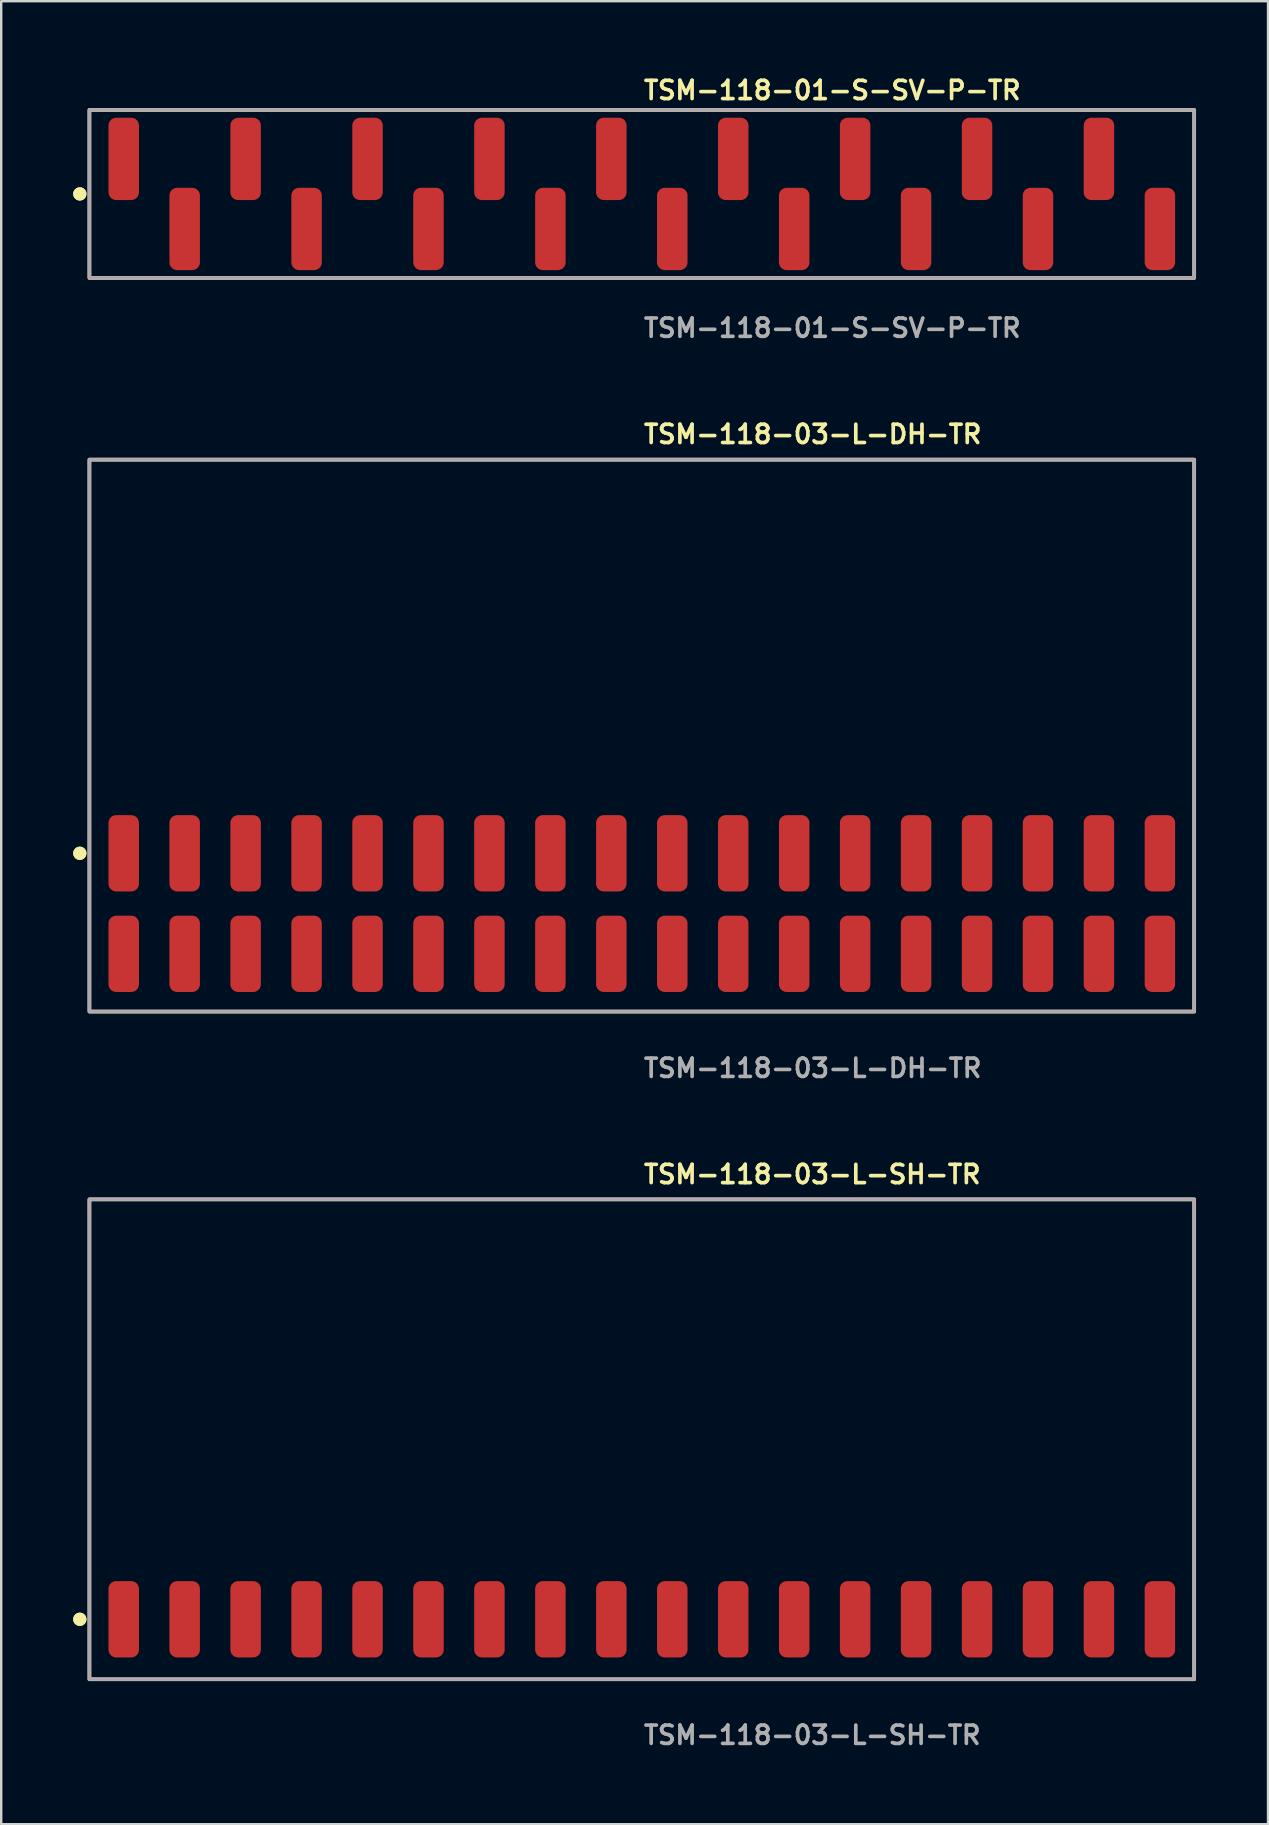
<source format=kicad_pcb>
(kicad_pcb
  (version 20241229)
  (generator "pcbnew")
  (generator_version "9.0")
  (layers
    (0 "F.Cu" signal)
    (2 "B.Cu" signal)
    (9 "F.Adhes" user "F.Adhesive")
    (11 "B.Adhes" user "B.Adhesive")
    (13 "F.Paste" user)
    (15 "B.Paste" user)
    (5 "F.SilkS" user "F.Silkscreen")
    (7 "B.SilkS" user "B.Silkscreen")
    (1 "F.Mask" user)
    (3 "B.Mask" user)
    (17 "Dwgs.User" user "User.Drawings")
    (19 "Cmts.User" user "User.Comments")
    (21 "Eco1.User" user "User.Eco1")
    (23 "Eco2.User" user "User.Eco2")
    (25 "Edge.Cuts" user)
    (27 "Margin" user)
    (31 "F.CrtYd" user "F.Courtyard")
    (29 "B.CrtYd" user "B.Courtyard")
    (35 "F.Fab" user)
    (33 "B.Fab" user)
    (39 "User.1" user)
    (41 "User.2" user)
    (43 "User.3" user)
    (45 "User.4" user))
  (footprint "TSM-118-03-L-DH-TR"
    (layer "F.Cu")
    (at 23.696 34.604)
    (property "Reference" "TSM-118-03-L-DH-TR" (at 0 -19.558 0) (unlocked yes) (layer "F.SilkS") (effects (font (size 0.762 0.762) (thickness 0.152)) (justify left)))
    (fp_rect (start -23.02 4.5) (end 23.02 -18.5) (stroke (width 0.152) (type solid)) (fill no) (layer "F.SilkS"))
    (fp_circle (center -23.42 -2.095) (end -23.62 -2.095) (stroke (width 0.152) (type solid)) (fill yes) (layer "F.SilkS"))
    (fp_circle (center -23.42 -2.095) (end -23.62 -2.095) (stroke (width 0.152) (type solid)) (fill yes) (layer "F.SilkS"))
    (fp_rect (start -23.02 4.5) (end 23.02 -18.5) (stroke (width 0.006) (type solid)) (fill no) (layer "F.CrtYd"))
    (fp_rect (start -23.02 4.5) (end 23.02 -18.5) (stroke (width 0.152) (type solid)) (fill no) (layer "F.Fab"))
    (fp_text user "${REFERENCE}" (at 0 6.858 0) (unlocked yes) (layer "F.Fab") (effects (font (size 0.762 0.762) (thickness 0.152)) (justify left)))
    (pad "1" smd roundrect (at -21.59 2.095) (size 1.27 3.18) (layers "F.Cu" "F.Paste") (roundrect_rratio 0.25))
    (pad "2" smd roundrect (at -21.59 -2.095) (size 1.27 3.18) (layers "F.Cu" "F.Paste") (roundrect_rratio 0.25))
    (pad "3" smd roundrect (at -19.05 2.095) (size 1.27 3.18) (layers "F.Cu" "F.Paste") (roundrect_rratio 0.25))
    (pad "4" smd roundrect (at -19.05 -2.095) (size 1.27 3.18) (layers "F.Cu" "F.Paste") (roundrect_rratio 0.25))
    (pad "5" smd roundrect (at -16.51 2.095) (size 1.27 3.18) (layers "F.Cu" "F.Paste") (roundrect_rratio 0.25))
    (pad "6" smd roundrect (at -16.51 -2.095) (size 1.27 3.18) (layers "F.Cu" "F.Paste") (roundrect_rratio 0.25))
    (pad "7" smd roundrect (at -13.97 2.095) (size 1.27 3.18) (layers "F.Cu" "F.Paste") (roundrect_rratio 0.25))
    (pad "8" smd roundrect (at -13.97 -2.095) (size 1.27 3.18) (layers "F.Cu" "F.Paste") (roundrect_rratio 0.25))
    (pad "9" smd roundrect (at -11.43 2.095) (size 1.27 3.18) (layers "F.Cu" "F.Paste") (roundrect_rratio 0.25))
    (pad "10" smd roundrect (at -11.43 -2.095) (size 1.27 3.18) (layers "F.Cu" "F.Paste") (roundrect_rratio 0.25))
    (pad "11" smd roundrect (at -8.89 2.095) (size 1.27 3.18) (layers "F.Cu" "F.Paste") (roundrect_rratio 0.25))
    (pad "12" smd roundrect (at -8.89 -2.095) (size 1.27 3.18) (layers "F.Cu" "F.Paste") (roundrect_rratio 0.25))
    (pad "13" smd roundrect (at -6.35 2.095) (size 1.27 3.18) (layers "F.Cu" "F.Paste") (roundrect_rratio 0.25))
    (pad "14" smd roundrect (at -6.35 -2.095) (size 1.27 3.18) (layers "F.Cu" "F.Paste") (roundrect_rratio 0.25))
    (pad "15" smd roundrect (at -3.81 2.095) (size 1.27 3.18) (layers "F.Cu" "F.Paste") (roundrect_rratio 0.25))
    (pad "16" smd roundrect (at -3.81 -2.095) (size 1.27 3.18) (layers "F.Cu" "F.Paste") (roundrect_rratio 0.25))
    (pad "17" smd roundrect (at -1.27 2.095) (size 1.27 3.18) (layers "F.Cu" "F.Paste") (roundrect_rratio 0.25))
    (pad "18" smd roundrect (at -1.27 -2.095) (size 1.27 3.18) (layers "F.Cu" "F.Paste") (roundrect_rratio 0.25))
    (pad "19" smd roundrect (at 1.27 2.095) (size 1.27 3.18) (layers "F.Cu" "F.Paste") (roundrect_rratio 0.25))
    (pad "20" smd roundrect (at 1.27 -2.095) (size 1.27 3.18) (layers "F.Cu" "F.Paste") (roundrect_rratio 0.25))
    (pad "21" smd roundrect (at 3.81 2.095) (size 1.27 3.18) (layers "F.Cu" "F.Paste") (roundrect_rratio 0.25))
    (pad "22" smd roundrect (at 3.81 -2.095) (size 1.27 3.18) (layers "F.Cu" "F.Paste") (roundrect_rratio 0.25))
    (pad "23" smd roundrect (at 6.35 2.095) (size 1.27 3.18) (layers "F.Cu" "F.Paste") (roundrect_rratio 0.25))
    (pad "24" smd roundrect (at 6.35 -2.095) (size 1.27 3.18) (layers "F.Cu" "F.Paste") (roundrect_rratio 0.25))
    (pad "25" smd roundrect (at 8.89 2.095) (size 1.27 3.18) (layers "F.Cu" "F.Paste") (roundrect_rratio 0.25))
    (pad "26" smd roundrect (at 8.89 -2.095) (size 1.27 3.18) (layers "F.Cu" "F.Paste") (roundrect_rratio 0.25))
    (pad "27" smd roundrect (at 11.43 2.095) (size 1.27 3.18) (layers "F.Cu" "F.Paste") (roundrect_rratio 0.25))
    (pad "28" smd roundrect (at 11.43 -2.095) (size 1.27 3.18) (layers "F.Cu" "F.Paste") (roundrect_rratio 0.25))
    (pad "29" smd roundrect (at 13.97 2.095) (size 1.27 3.18) (layers "F.Cu" "F.Paste") (roundrect_rratio 0.25))
    (pad "30" smd roundrect (at 13.97 -2.095) (size 1.27 3.18) (layers "F.Cu" "F.Paste") (roundrect_rratio 0.25))
    (pad "31" smd roundrect (at 16.51 2.095) (size 1.27 3.18) (layers "F.Cu" "F.Paste") (roundrect_rratio 0.25))
    (pad "32" smd roundrect (at 16.51 -2.095) (size 1.27 3.18) (layers "F.Cu" "F.Paste") (roundrect_rratio 0.25))
    (pad "33" smd roundrect (at 19.05 2.095) (size 1.27 3.18) (layers "F.Cu" "F.Paste") (roundrect_rratio 0.25))
    (pad "34" smd roundrect (at 19.05 -2.095) (size 1.27 3.18) (layers "F.Cu" "F.Paste") (roundrect_rratio 0.25))
    (pad "35" smd roundrect (at 21.59 2.095) (size 1.27 3.18) (layers "F.Cu" "F.Paste") (roundrect_rratio 0.25))
    (pad "36" smd roundrect (at 21.59 -2.095) (size 1.27 3.18) (layers "F.Cu" "F.Paste") (roundrect_rratio 0.25)))
  (footprint "TSM-118-01-S-SV-P-TR"
    (layer "F.Cu")
    (at 23.696 5.031)
    (property "Reference" "TSM-118-01-S-SV-P-TR" (at 0 -4.318 0) (unlocked yes) (layer "F.SilkS") (effects (font (size 0.762 0.762) (thickness 0.152)) (justify left)))
    (fp_rect (start -23.02 3.5) (end 23.02 -3.5) (stroke (width 0.152) (type solid)) (fill no) (layer "F.SilkS"))
    (fp_circle (center -23.42 0) (end -23.62 0) (stroke (width 0.152) (type solid)) (fill yes) (layer "F.SilkS"))
    (fp_circle (center -23.42 0) (end -23.62 0) (stroke (width 0.152) (type solid)) (fill yes) (layer "F.SilkS"))
    (fp_rect (start -23.02 3.5) (end 23.02 -3.5) (stroke (width 0.006) (type solid)) (fill no) (layer "F.CrtYd"))
    (fp_rect (start -23.02 3.5) (end 23.02 -3.5) (stroke (width 0.152) (type solid)) (fill no) (layer "F.Fab"))
    (fp_text user "${REFERENCE}" (at 0 5.588 0) (unlocked yes) (layer "F.Fab") (effects (font (size 0.762 0.762) (thickness 0.152)) (justify left)))
    (pad "1" smd roundrect (at -21.59 -1.46) (size 1.27 3.43) (layers "F.Cu" "F.Paste") (roundrect_rratio 0.25))
    (pad "2" smd roundrect (at -19.05 1.46) (size 1.27 3.43) (layers "F.Cu" "F.Paste") (roundrect_rratio 0.25))
    (pad "3" smd roundrect (at -16.51 -1.46) (size 1.27 3.43) (layers "F.Cu" "F.Paste") (roundrect_rratio 0.25))
    (pad "4" smd roundrect (at -13.97 1.46) (size 1.27 3.43) (layers "F.Cu" "F.Paste") (roundrect_rratio 0.25))
    (pad "5" smd roundrect (at -11.43 -1.46) (size 1.27 3.43) (layers "F.Cu" "F.Paste") (roundrect_rratio 0.25))
    (pad "6" smd roundrect (at -8.89 1.46) (size 1.27 3.43) (layers "F.Cu" "F.Paste") (roundrect_rratio 0.25))
    (pad "7" smd roundrect (at -6.35 -1.46) (size 1.27 3.43) (layers "F.Cu" "F.Paste") (roundrect_rratio 0.25))
    (pad "8" smd roundrect (at -3.81 1.46) (size 1.27 3.43) (layers "F.Cu" "F.Paste") (roundrect_rratio 0.25))
    (pad "9" smd roundrect (at -1.27 -1.46) (size 1.27 3.43) (layers "F.Cu" "F.Paste") (roundrect_rratio 0.25))
    (pad "10" smd roundrect (at 1.27 1.46) (size 1.27 3.43) (layers "F.Cu" "F.Paste") (roundrect_rratio 0.25))
    (pad "11" smd roundrect (at 3.81 -1.46) (size 1.27 3.43) (layers "F.Cu" "F.Paste") (roundrect_rratio 0.25))
    (pad "12" smd roundrect (at 6.35 1.46) (size 1.27 3.43) (layers "F.Cu" "F.Paste") (roundrect_rratio 0.25))
    (pad "13" smd roundrect (at 8.89 -1.46) (size 1.27 3.43) (layers "F.Cu" "F.Paste") (roundrect_rratio 0.25))
    (pad "14" smd roundrect (at 11.43 1.46) (size 1.27 3.43) (layers "F.Cu" "F.Paste") (roundrect_rratio 0.25))
    (pad "15" smd roundrect (at 13.97 -1.46) (size 1.27 3.43) (layers "F.Cu" "F.Paste") (roundrect_rratio 0.25))
    (pad "16" smd roundrect (at 16.51 1.46) (size 1.27 3.43) (layers "F.Cu" "F.Paste") (roundrect_rratio 0.25))
    (pad "17" smd roundrect (at 19.05 -1.46) (size 1.27 3.43) (layers "F.Cu" "F.Paste") (roundrect_rratio 0.25))
    (pad "18" smd roundrect (at 21.59 1.46) (size 1.27 3.43) (layers "F.Cu" "F.Paste") (roundrect_rratio 0.25)))
  (footprint "TSM-118-03-L-SH-TR"
    (layer "F.Cu")
    (at 23.696 64.43)
    (property "Reference" "TSM-118-03-L-SH-TR" (at 0 -18.542 0) (unlocked yes) (layer "F.SilkS") (effects (font (size 0.762 0.762) (thickness 0.152)) (justify left)))
    (fp_rect (start -23.02 2.5) (end 23.02 -17.5) (stroke (width 0.152) (type solid)) (fill no) (layer "F.SilkS"))
    (fp_circle (center -23.42 0) (end -23.62 0) (stroke (width 0.152) (type solid)) (fill yes) (layer "F.SilkS"))
    (fp_circle (center -23.42 0) (end -23.62 0) (stroke (width 0.152) (type solid)) (fill yes) (layer "F.SilkS"))
    (fp_rect (start -23.02 2.5) (end 23.02 -17.5) (stroke (width 0.006) (type solid)) (fill no) (layer "F.CrtYd"))
    (fp_rect (start -23.02 2.5) (end 23.02 -17.5) (stroke (width 0.152) (type solid)) (fill no) (layer "F.Fab"))
    (fp_text user "${REFERENCE}" (at 0 4.826 0) (unlocked yes) (layer "F.Fab") (effects (font (size 0.762 0.762) (thickness 0.152)) (justify left)))
    (pad "1" smd roundrect (at -21.59 0) (size 1.27 3.18) (layers "F.Cu" "F.Paste") (roundrect_rratio 0.25))
    (pad "2" smd roundrect (at -19.05 0) (size 1.27 3.18) (layers "F.Cu" "F.Paste") (roundrect_rratio 0.25))
    (pad "3" smd roundrect (at -16.51 0) (size 1.27 3.18) (layers "F.Cu" "F.Paste") (roundrect_rratio 0.25))
    (pad "4" smd roundrect (at -13.97 0) (size 1.27 3.18) (layers "F.Cu" "F.Paste") (roundrect_rratio 0.25))
    (pad "5" smd roundrect (at -11.43 0) (size 1.27 3.18) (layers "F.Cu" "F.Paste") (roundrect_rratio 0.25))
    (pad "6" smd roundrect (at -8.89 0) (size 1.27 3.18) (layers "F.Cu" "F.Paste") (roundrect_rratio 0.25))
    (pad "7" smd roundrect (at -6.35 0) (size 1.27 3.18) (layers "F.Cu" "F.Paste") (roundrect_rratio 0.25))
    (pad "8" smd roundrect (at -3.81 0) (size 1.27 3.18) (layers "F.Cu" "F.Paste") (roundrect_rratio 0.25))
    (pad "9" smd roundrect (at -1.27 0) (size 1.27 3.18) (layers "F.Cu" "F.Paste") (roundrect_rratio 0.25))
    (pad "10" smd roundrect (at 1.27 0) (size 1.27 3.18) (layers "F.Cu" "F.Paste") (roundrect_rratio 0.25))
    (pad "11" smd roundrect (at 3.81 0) (size 1.27 3.18) (layers "F.Cu" "F.Paste") (roundrect_rratio 0.25))
    (pad "12" smd roundrect (at 6.35 0) (size 1.27 3.18) (layers "F.Cu" "F.Paste") (roundrect_rratio 0.25))
    (pad "13" smd roundrect (at 8.89 0) (size 1.27 3.18) (layers "F.Cu" "F.Paste") (roundrect_rratio 0.25))
    (pad "14" smd roundrect (at 11.43 0) (size 1.27 3.18) (layers "F.Cu" "F.Paste") (roundrect_rratio 0.25))
    (pad "15" smd roundrect (at 13.97 0) (size 1.27 3.18) (layers "F.Cu" "F.Paste") (roundrect_rratio 0.25))
    (pad "16" smd roundrect (at 16.51 0) (size 1.27 3.18) (layers "F.Cu" "F.Paste") (roundrect_rratio 0.25))
    (pad "17" smd roundrect (at 19.05 0) (size 1.27 3.18) (layers "F.Cu" "F.Paste") (roundrect_rratio 0.25))
    (pad "18" smd roundrect (at 21.59 0) (size 1.27 3.18) (layers "F.Cu" "F.Paste") (roundrect_rratio 0.25)))
  (gr_rect
    (start -3 -3)
    (end 49.792 72.969)
    (stroke (width 0.1) (type default))
    (fill no)
    (layer "Edge.Cuts")))
</source>
